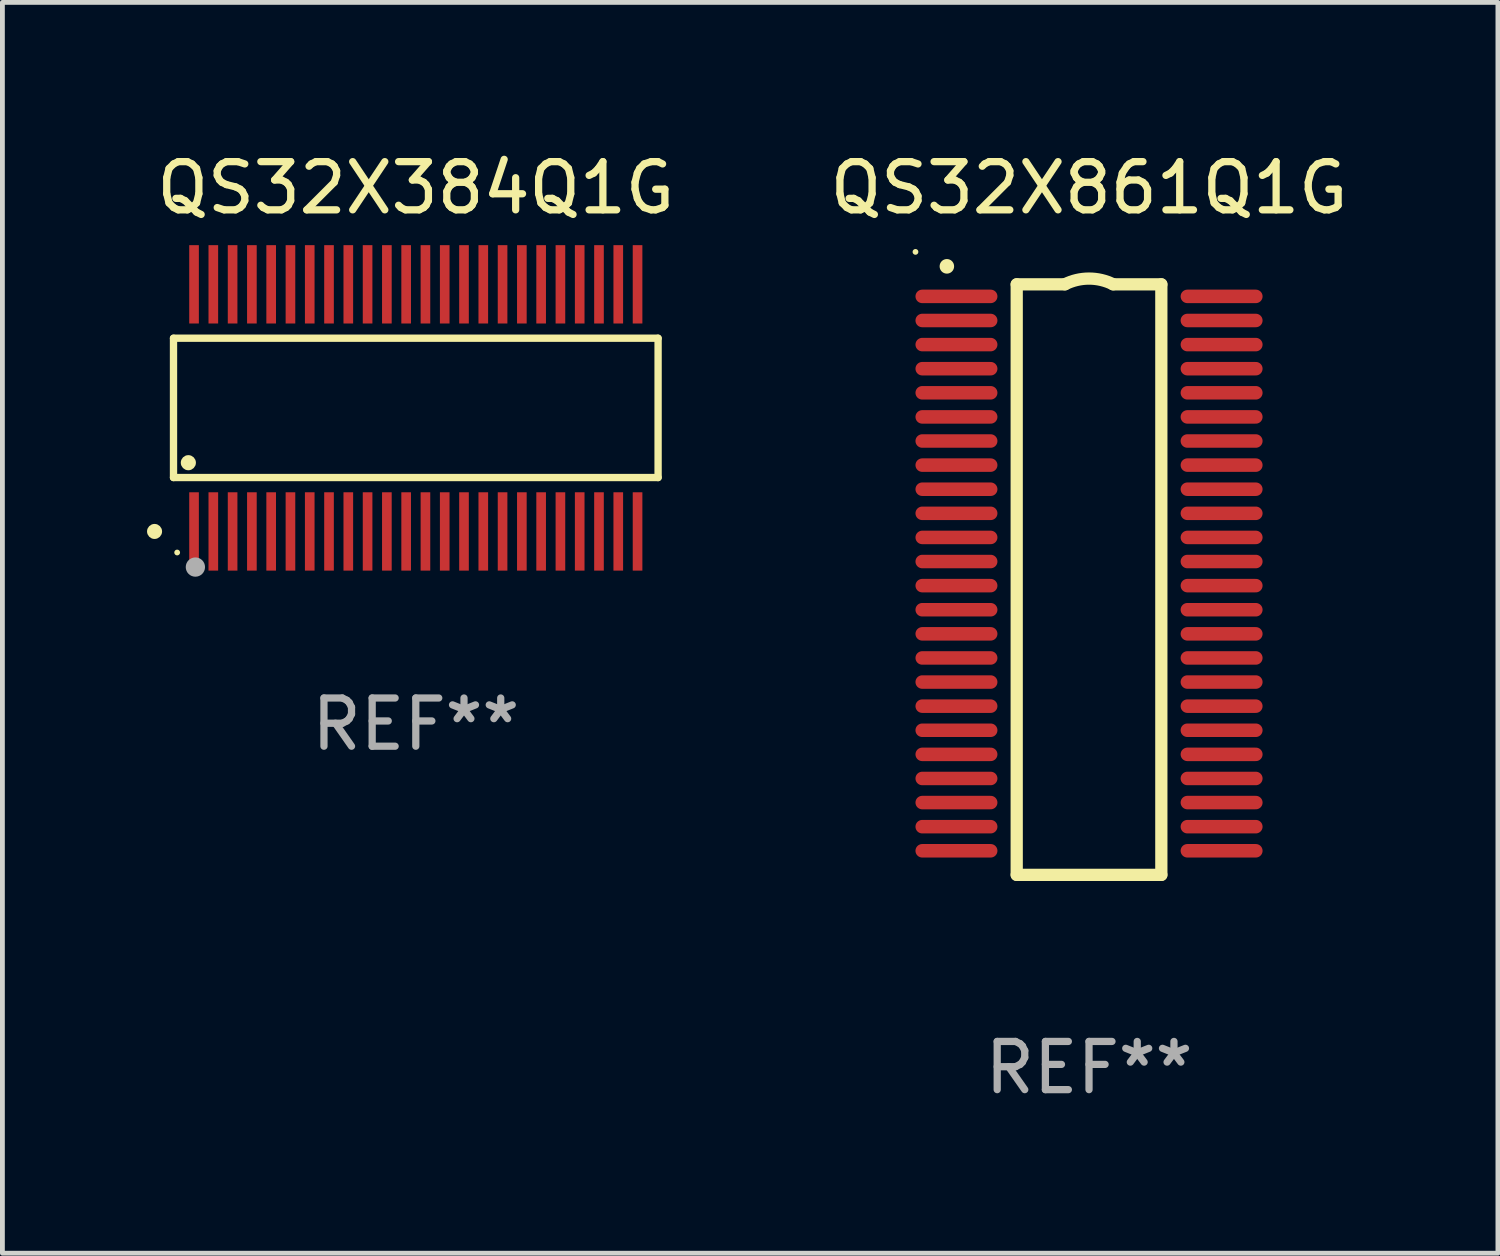
<source format=kicad_pcb>
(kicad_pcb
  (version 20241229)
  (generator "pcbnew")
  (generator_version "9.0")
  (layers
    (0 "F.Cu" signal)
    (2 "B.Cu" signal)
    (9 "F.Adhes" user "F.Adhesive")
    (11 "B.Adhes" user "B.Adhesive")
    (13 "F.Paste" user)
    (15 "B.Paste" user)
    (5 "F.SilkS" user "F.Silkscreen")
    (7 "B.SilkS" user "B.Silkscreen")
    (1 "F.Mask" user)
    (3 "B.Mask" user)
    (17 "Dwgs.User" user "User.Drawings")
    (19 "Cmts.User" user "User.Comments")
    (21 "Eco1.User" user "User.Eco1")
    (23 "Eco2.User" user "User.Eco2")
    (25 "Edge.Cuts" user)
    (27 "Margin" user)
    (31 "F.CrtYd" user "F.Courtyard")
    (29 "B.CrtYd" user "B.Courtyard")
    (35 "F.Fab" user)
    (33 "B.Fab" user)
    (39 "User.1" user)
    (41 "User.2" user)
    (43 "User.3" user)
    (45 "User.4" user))
  (footprint "QS32X384Q1G"
    (layer "F.Cu")
    (at 5.575 5.411)
    (property "Reference" "QS32X384Q1G" (at 0 -4.563 0) (layer "F.SilkS") (effects (font (size 1 1) (thickness 0.15))))
    (attr through_hole)
    (fp_line (start -5.026 -1.445) (end 5.026 -1.445) (stroke (width 0.152) (type solid)) (layer "F.SilkS"))
    (fp_line (start -5.026 1.445) (end -5.026 -1.445) (stroke (width 0.152) (type solid)) (layer "F.SilkS"))
    (fp_line (start 5.026 -1.445) (end 5.026 1.445) (stroke (width 0.152) (type solid)) (layer "F.SilkS"))
    (fp_line (start 5.026 1.445) (end -5.026 1.445) (stroke (width 0.152) (type solid)) (layer "F.SilkS"))
    (fp_circle (center -5.419 2.563) (end -5.341 2.563) (stroke (width 0.156) (type solid)) (fill no) (layer "F.SilkS"))
    (fp_circle (center -4.95 3) (end -4.92 3) (stroke (width 0.06) (type solid)) (fill no) (layer "F.SilkS"))
    (fp_circle (center -4.718 1.137) (end -4.639 1.137) (stroke (width 0.156) (type solid)) (fill no) (layer "F.SilkS"))
    (fp_circle (center -4.572 3.302) (end -4.472 3.302) (stroke (width 0.2) (type solid)) (fill no) (layer "F.Fab"))
    (fp_text user "REF**" (at 0 6.563 0) (layer "F.Fab") (effects (font (size 1 1) (thickness 0.15))))
    (pad "1" smd rect (at -4.6 2.563) (size 0.2 1.625) (layers "F.Cu" "F.Mask" "F.Paste"))
    (pad "2" smd rect (at -4.2 2.563) (size 0.2 1.625) (layers "F.Cu" "F.Mask" "F.Paste"))
    (pad "3" smd rect (at -3.8 2.563) (size 0.2 1.625) (layers "F.Cu" "F.Mask" "F.Paste"))
    (pad "4" smd rect (at -3.4 2.563) (size 0.2 1.625) (layers "F.Cu" "F.Mask" "F.Paste"))
    (pad "5" smd rect (at -3 2.563) (size 0.2 1.625) (layers "F.Cu" "F.Mask" "F.Paste"))
    (pad "6" smd rect (at -2.6 2.563) (size 0.2 1.625) (layers "F.Cu" "F.Mask" "F.Paste"))
    (pad "7" smd rect (at -2.2 2.563) (size 0.2 1.625) (layers "F.Cu" "F.Mask" "F.Paste"))
    (pad "8" smd rect (at -1.8 2.563) (size 0.2 1.625) (layers "F.Cu" "F.Mask" "F.Paste"))
    (pad "9" smd rect (at -1.4 2.563) (size 0.2 1.625) (layers "F.Cu" "F.Mask" "F.Paste"))
    (pad "10" smd rect (at -1 2.563) (size 0.2 1.625) (layers "F.Cu" "F.Mask" "F.Paste"))
    (pad "11" smd rect (at -0.6 2.563) (size 0.2 1.625) (layers "F.Cu" "F.Mask" "F.Paste"))
    (pad "12" smd rect (at -0.2 2.563) (size 0.2 1.625) (layers "F.Cu" "F.Mask" "F.Paste"))
    (pad "13" smd rect (at 0.2 2.563) (size 0.2 1.625) (layers "F.Cu" "F.Mask" "F.Paste"))
    (pad "14" smd rect (at 0.6 2.563) (size 0.2 1.625) (layers "F.Cu" "F.Mask" "F.Paste"))
    (pad "15" smd rect (at 1 2.563) (size 0.2 1.625) (layers "F.Cu" "F.Mask" "F.Paste"))
    (pad "16" smd rect (at 1.4 2.563) (size 0.2 1.625) (layers "F.Cu" "F.Mask" "F.Paste"))
    (pad "17" smd rect (at 1.8 2.563) (size 0.2 1.625) (layers "F.Cu" "F.Mask" "F.Paste"))
    (pad "18" smd rect (at 2.2 2.563) (size 0.2 1.625) (layers "F.Cu" "F.Mask" "F.Paste"))
    (pad "19" smd rect (at 2.6 2.563) (size 0.2 1.625) (layers "F.Cu" "F.Mask" "F.Paste"))
    (pad "20" smd rect (at 3 2.563) (size 0.2 1.625) (layers "F.Cu" "F.Mask" "F.Paste"))
    (pad "21" smd rect (at 3.4 2.563) (size 0.2 1.625) (layers "F.Cu" "F.Mask" "F.Paste"))
    (pad "22" smd rect (at 3.8 2.563) (size 0.2 1.625) (layers "F.Cu" "F.Mask" "F.Paste"))
    (pad "23" smd rect (at 4.2 2.563) (size 0.2 1.625) (layers "F.Cu" "F.Mask" "F.Paste"))
    (pad "24" smd rect (at 4.6 2.563) (size 0.2 1.625) (layers "F.Cu" "F.Mask" "F.Paste"))
    (pad "25" smd rect (at 4.6 -2.563) (size 0.2 1.625) (layers "F.Cu" "F.Mask" "F.Paste"))
    (pad "26" smd rect (at 4.2 -2.563) (size 0.2 1.625) (layers "F.Cu" "F.Mask" "F.Paste"))
    (pad "27" smd rect (at 3.8 -2.563) (size 0.2 1.625) (layers "F.Cu" "F.Mask" "F.Paste"))
    (pad "28" smd rect (at 3.4 -2.563) (size 0.2 1.625) (layers "F.Cu" "F.Mask" "F.Paste"))
    (pad "29" smd rect (at 3 -2.563) (size 0.2 1.625) (layers "F.Cu" "F.Mask" "F.Paste"))
    (pad "30" smd rect (at 2.6 -2.563) (size 0.2 1.625) (layers "F.Cu" "F.Mask" "F.Paste"))
    (pad "31" smd rect (at 2.2 -2.563) (size 0.2 1.625) (layers "F.Cu" "F.Mask" "F.Paste"))
    (pad "32" smd rect (at 1.8 -2.563) (size 0.2 1.625) (layers "F.Cu" "F.Mask" "F.Paste"))
    (pad "33" smd rect (at 1.4 -2.563) (size 0.2 1.625) (layers "F.Cu" "F.Mask" "F.Paste"))
    (pad "34" smd rect (at 1 -2.563) (size 0.2 1.625) (layers "F.Cu" "F.Mask" "F.Paste"))
    (pad "35" smd rect (at 0.6 -2.563) (size 0.2 1.625) (layers "F.Cu" "F.Mask" "F.Paste"))
    (pad "36" smd rect (at 0.2 -2.563) (size 0.2 1.625) (layers "F.Cu" "F.Mask" "F.Paste"))
    (pad "37" smd rect (at -0.2 -2.563) (size 0.2 1.625) (layers "F.Cu" "F.Mask" "F.Paste"))
    (pad "38" smd rect (at -0.6 -2.563) (size 0.2 1.625) (layers "F.Cu" "F.Mask" "F.Paste"))
    (pad "39" smd rect (at -1 -2.563) (size 0.2 1.625) (layers "F.Cu" "F.Mask" "F.Paste"))
    (pad "40" smd rect (at -1.4 -2.563) (size 0.2 1.625) (layers "F.Cu" "F.Mask" "F.Paste"))
    (pad "41" smd rect (at -1.8 -2.563) (size 0.2 1.625) (layers "F.Cu" "F.Mask" "F.Paste"))
    (pad "42" smd rect (at -2.2 -2.563) (size 0.2 1.625) (layers "F.Cu" "F.Mask" "F.Paste"))
    (pad "43" smd rect (at -2.6 -2.563) (size 0.2 1.625) (layers "F.Cu" "F.Mask" "F.Paste"))
    (pad "44" smd rect (at -3 -2.563) (size 0.2 1.625) (layers "F.Cu" "F.Mask" "F.Paste"))
    (pad "45" smd rect (at -3.4 -2.563) (size 0.2 1.625) (layers "F.Cu" "F.Mask" "F.Paste"))
    (pad "46" smd rect (at -3.8 -2.563) (size 0.2 1.625) (layers "F.Cu" "F.Mask" "F.Paste"))
    (pad "47" smd rect (at -4.2 -2.563) (size 0.2 1.625) (layers "F.Cu" "F.Mask" "F.Paste"))
    (pad "48" smd rect (at -4.6 -2.563) (size 0.2 1.625) (layers "F.Cu" "F.Mask" "F.Paste")))
  (footprint "QS32X861Q1G"
    (layer "F.Cu")
    (at 19.54 8.973)
    (property "Reference" "QS32X861Q1G" (at 0 -8.125 0) (layer "F.SilkS") (effects (font (size 1 1) (thickness 0.15))))
    (attr through_hole)
    (fp_line (start -1.5 -6.125) (end -0.5 -6.125) (stroke (width 0.254) (type solid)) (layer "F.SilkS"))
    (fp_line (start -1.5 6.125) (end -1.5 -6.125) (stroke (width 0.254) (type solid)) (layer "F.SilkS"))
    (fp_line (start 0.5 -6.125) (end 1.5 -6.125) (stroke (width 0.254) (type solid)) (layer "F.SilkS"))
    (fp_line (start 1.5 -6.125) (end 1.5 6.125) (stroke (width 0.254) (type solid)) (layer "F.SilkS"))
    (fp_line (start 1.5 6.125) (end -1.5 6.125) (stroke (width 0.254) (type solid)) (layer "F.SilkS"))
    (fp_arc (start -2.948946 -6.497079) (mid -2.948951 -6.498349) (end -2.948946 -6.499619) (stroke (width 0.3) (type solid)) (layer "F.SilkS"))
    (fp_arc (start -0.500381 -6.126238) (mid 0 -6.244402) (end 0.500381 -6.126238) (stroke (width 0.254001) (type solid)) (layer "F.SilkS"))
    (fp_circle (center -3.6 -6.798) (end -3.57 -6.798) (stroke (width 0.06) (type solid)) (fill no) (layer "F.SilkS"))
    (fp_text user "REF**" (at 0 10.125 0) (layer "F.Fab") (effects (font (size 1 1) (thickness 0.15))))
    (pad "1" smd oval (at -2.75 -5.875 180) (size 1.7 0.28) (layers "F.Cu" "F.Mask" "F.Paste"))
    (pad "2" smd oval (at -2.75 -5.375 180) (size 1.7 0.28) (layers "F.Cu" "F.Mask" "F.Paste"))
    (pad "3" smd oval (at -2.75 -4.875 180) (size 1.7 0.28) (layers "F.Cu" "F.Mask" "F.Paste"))
    (pad "4" smd oval (at -2.75 -4.375 180) (size 1.7 0.28) (layers "F.Cu" "F.Mask" "F.Paste"))
    (pad "5" smd oval (at -2.75 -3.875 180) (size 1.7 0.28) (layers "F.Cu" "F.Mask" "F.Paste"))
    (pad "6" smd oval (at -2.75 -3.375 180) (size 1.7 0.28) (layers "F.Cu" "F.Mask" "F.Paste"))
    (pad "7" smd oval (at -2.75 -2.875 180) (size 1.7 0.28) (layers "F.Cu" "F.Mask" "F.Paste"))
    (pad "8" smd oval (at -2.75 -2.375 180) (size 1.7 0.28) (layers "F.Cu" "F.Mask" "F.Paste"))
    (pad "9" smd oval (at -2.75 -1.875 180) (size 1.7 0.28) (layers "F.Cu" "F.Mask" "F.Paste"))
    (pad "10" smd oval (at -2.75 -1.375 180) (size 1.7 0.28) (layers "F.Cu" "F.Mask" "F.Paste"))
    (pad "11" smd oval (at -2.75 -0.875 180) (size 1.7 0.28) (layers "F.Cu" "F.Mask" "F.Paste"))
    (pad "12" smd oval (at -2.75 -0.375 180) (size 1.7 0.28) (layers "F.Cu" "F.Mask" "F.Paste"))
    (pad "13" smd oval (at -2.75 0.125 180) (size 1.7 0.28) (layers "F.Cu" "F.Mask" "F.Paste"))
    (pad "14" smd oval (at -2.75 0.625 180) (size 1.7 0.28) (layers "F.Cu" "F.Mask" "F.Paste"))
    (pad "15" smd oval (at -2.75 1.125 180) (size 1.7 0.28) (layers "F.Cu" "F.Mask" "F.Paste"))
    (pad "16" smd oval (at -2.75 1.625 180) (size 1.7 0.28) (layers "F.Cu" "F.Mask" "F.Paste"))
    (pad "17" smd oval (at -2.75 2.125 180) (size 1.7 0.28) (layers "F.Cu" "F.Mask" "F.Paste"))
    (pad "18" smd oval (at -2.75 2.625 180) (size 1.7 0.28) (layers "F.Cu" "F.Mask" "F.Paste"))
    (pad "19" smd oval (at -2.75 3.125 180) (size 1.7 0.28) (layers "F.Cu" "F.Mask" "F.Paste"))
    (pad "20" smd oval (at -2.75 3.625 180) (size 1.7 0.28) (layers "F.Cu" "F.Mask" "F.Paste"))
    (pad "21" smd oval (at -2.75 4.125) (size 1.7 0.28) (layers "F.Cu" "F.Mask" "F.Paste"))
    (pad "22" smd oval (at -2.75 4.625) (size 1.7 0.28) (layers "F.Cu" "F.Mask" "F.Paste"))
    (pad "23" smd oval (at -2.75 5.125) (size 1.7 0.28) (layers "F.Cu" "F.Mask" "F.Paste"))
    (pad "24" smd oval (at -2.75 5.625) (size 1.7 0.28) (layers "F.Cu" "F.Mask" "F.Paste"))
    (pad "25" smd oval (at 2.75 5.625) (size 1.7 0.28) (layers "F.Cu" "F.Mask" "F.Paste"))
    (pad "26" smd oval (at 2.75 5.125) (size 1.7 0.28) (layers "F.Cu" "F.Mask" "F.Paste"))
    (pad "27" smd oval (at 2.75 4.625) (size 1.7 0.28) (layers "F.Cu" "F.Mask" "F.Paste"))
    (pad "28" smd oval (at 2.75 4.125) (size 1.7 0.28) (layers "F.Cu" "F.Mask" "F.Paste"))
    (pad "29" smd oval (at 2.75 3.625) (size 1.7 0.28) (layers "F.Cu" "F.Mask" "F.Paste"))
    (pad "30" smd oval (at 2.75 3.125) (size 1.7 0.28) (layers "F.Cu" "F.Mask" "F.Paste"))
    (pad "31" smd oval (at 2.75 2.625) (size 1.7 0.28) (layers "F.Cu" "F.Mask" "F.Paste"))
    (pad "32" smd oval (at 2.75 2.125) (size 1.7 0.28) (layers "F.Cu" "F.Mask" "F.Paste"))
    (pad "33" smd oval (at 2.75 1.625) (size 1.7 0.28) (layers "F.Cu" "F.Mask" "F.Paste"))
    (pad "34" smd oval (at 2.75 1.125) (size 1.7 0.28) (layers "F.Cu" "F.Mask" "F.Paste"))
    (pad "35" smd oval (at 2.75 0.625) (size 1.7 0.28) (layers "F.Cu" "F.Mask" "F.Paste"))
    (pad "36" smd oval (at 2.75 0.125) (size 1.7 0.28) (layers "F.Cu" "F.Mask" "F.Paste"))
    (pad "37" smd oval (at 2.75 -0.375) (size 1.7 0.28) (layers "F.Cu" "F.Mask" "F.Paste"))
    (pad "38" smd oval (at 2.75 -0.875) (size 1.7 0.28) (layers "F.Cu" "F.Mask" "F.Paste"))
    (pad "39" smd oval (at 2.75 -1.375) (size 1.7 0.28) (layers "F.Cu" "F.Mask" "F.Paste"))
    (pad "40" smd oval (at 2.75 -1.875) (size 1.7 0.28) (layers "F.Cu" "F.Mask" "F.Paste"))
    (pad "41" smd oval (at 2.75 -2.375) (size 1.7 0.28) (layers "F.Cu" "F.Mask" "F.Paste"))
    (pad "42" smd oval (at 2.75 -2.875) (size 1.7 0.28) (layers "F.Cu" "F.Mask" "F.Paste"))
    (pad "43" smd oval (at 2.75 -3.375) (size 1.7 0.28) (layers "F.Cu" "F.Mask" "F.Paste"))
    (pad "44" smd oval (at 2.75 -3.875) (size 1.7 0.28) (layers "F.Cu" "F.Mask" "F.Paste"))
    (pad "45" smd oval (at 2.75 -4.375) (size 1.7 0.28) (layers "F.Cu" "F.Mask" "F.Paste"))
    (pad "46" smd oval (at 2.75 -4.875) (size 1.7 0.28) (layers "F.Cu" "F.Mask" "F.Paste"))
    (pad "47" smd oval (at 2.75 -5.375) (size 1.7 0.28) (layers "F.Cu" "F.Mask" "F.Paste"))
    (pad "48" smd oval (at 2.75 -5.875) (size 1.7 0.28) (layers "F.Cu" "F.Mask" "F.Paste")))
  (gr_rect
    (start -3 -3)
    (end 28.022 22.946)
    (stroke (width 0.1) (type default))
    (fill no)
    (layer "Edge.Cuts")))
</source>
